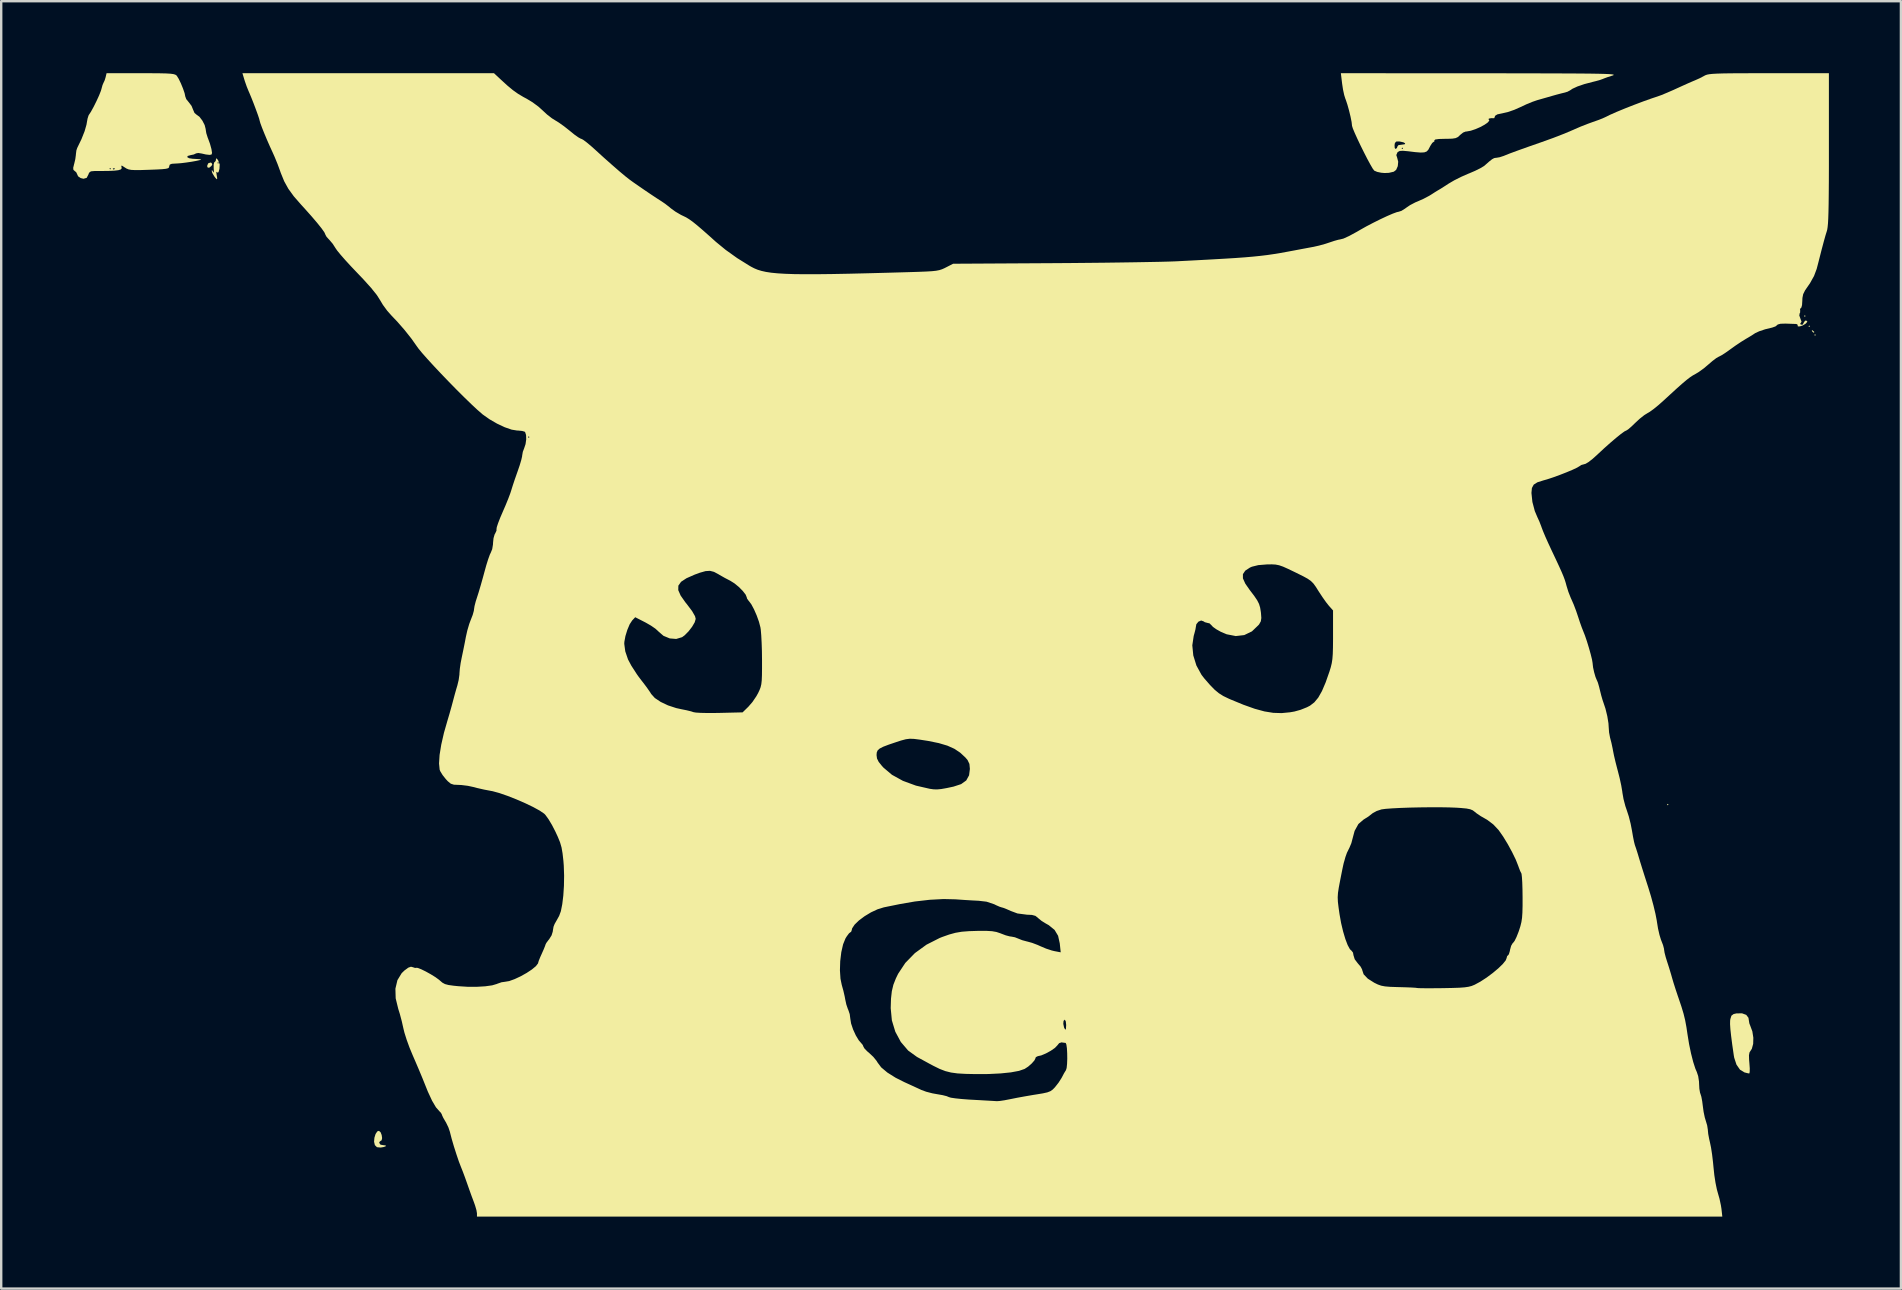
<source format=kicad_pcb>
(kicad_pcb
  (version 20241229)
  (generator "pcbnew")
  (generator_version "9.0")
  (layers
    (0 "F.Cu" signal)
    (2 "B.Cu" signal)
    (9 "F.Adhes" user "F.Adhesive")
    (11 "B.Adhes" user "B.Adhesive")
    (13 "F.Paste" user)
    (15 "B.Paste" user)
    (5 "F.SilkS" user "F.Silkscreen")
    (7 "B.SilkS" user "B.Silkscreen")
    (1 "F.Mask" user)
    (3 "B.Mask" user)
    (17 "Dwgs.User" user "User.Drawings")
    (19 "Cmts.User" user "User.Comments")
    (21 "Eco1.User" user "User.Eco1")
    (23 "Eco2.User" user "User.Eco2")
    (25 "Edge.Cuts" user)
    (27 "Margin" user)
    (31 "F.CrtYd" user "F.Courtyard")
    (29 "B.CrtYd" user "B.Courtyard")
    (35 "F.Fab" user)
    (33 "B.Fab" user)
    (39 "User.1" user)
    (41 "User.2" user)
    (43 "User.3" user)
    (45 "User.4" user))
  (footprint "pika"
    (layer "F.Cu")
    (at 32.014 23.82)
    (property "Reference" "pika" (at 0 0 0) (layer "F.SilkS") (effects (font (size 1.524 1.524) (thickness 0.3))))
    (attr board_only exclude_from_pos_files exclude_from_bom)
    (fp_poly (pts (xy 34.454 6.654) (xy 34.424 6.684) (xy 34.393 6.654) (xy 34.424 6.623)) (stroke (width 0) (type solid)) (fill yes) (layer "F.SilkS"))
    (fp_poly (pts (xy 40.166 -13.703) (xy 40.136 -13.672) (xy 40.105 -13.703) (xy 40.136 -13.733)) (stroke (width 0) (type solid)) (fill yes) (layer "F.SilkS"))
    (fp_poly (pts (xy 40.348 -13.277) (xy 40.318 -13.247) (xy 40.288 -13.277) (xy 40.318 -13.308)) (stroke (width 0) (type solid)) (fill yes) (layer "F.SilkS"))
    (fp_poly (pts (xy 40.591 -12.913) (xy 40.561 -12.882) (xy 40.531 -12.913) (xy 40.561 -12.943)) (stroke (width 0) (type solid)) (fill yes) (layer "F.SilkS"))
    (fp_poly (pts (xy 40.46 -13.101) (xy 40.525 -13.044) (xy 40.531 -13.031) (xy 40.502 -13.006) (xy 40.442 -13.062) (xy 40.434 -13.074) (xy 40.427 -13.116)) (stroke (width 0) (type solid)) (fill yes) (layer "F.SilkS"))
    (fp_poly (pts (xy -26.248 -20.081) (xy -26.22 -20.013) (xy -26.255 -19.956) (xy -26.353 -19.878) (xy -26.419 -19.897) (xy -26.433 -19.958) (xy -26.39 -20.065) (xy -26.294 -20.098)) (stroke (width 0) (type solid)) (fill yes) (layer "F.SilkS"))
    (fp_poly (pts (xy -19.207 20.305) (xy -19.161 20.421) (xy -19.143 20.549) (xy -19.163 20.641) (xy -19.198 20.66) (xy -19.255 20.709) (xy -19.263 20.751) (xy -19.209 20.824) (xy -19.101 20.843) (xy -18.992 20.856) (xy -18.987 20.887) (xy -19.074 20.921) (xy -19.2 20.943) (xy -19.357 20.929) (xy -19.445 20.842) (xy -19.478 20.703) (xy -19.464 20.535) (xy -19.415 20.378) (xy -19.343 20.27) (xy -19.275 20.247)) (stroke (width 0) (type solid)) (fill yes) (layer "F.SilkS"))
    (fp_poly (pts (xy -26.011 -20.239) (xy -25.974 -20.188) (xy -25.91 -20.016) (xy -25.921 -19.835) (xy -25.958 -19.699) (xy -25.997 -19.674) (xy -26.019 -19.697) (xy -26.051 -19.713) (xy -26.043 -19.616) (xy -26.037 -19.582) (xy -26.013 -19.434) (xy -26.031 -19.399) (xy -26.099 -19.473) (xy -26.144 -19.534) (xy -26.22 -19.666) (xy -26.246 -19.76) (xy -26.225 -19.778) (xy -26.19 -19.718) (xy -26.161 -19.676) (xy -26.153 -19.745) (xy -26.16 -19.855) (xy -26.161 -20.012) (xy -26.144 -20.083) (xy -26.008 -20.083) (xy -25.977 -20.053) (xy -25.947 -20.083) (xy -25.977 -20.113) (xy -26.008 -20.083) (xy -26.144 -20.083) (xy -26.139 -20.104) (xy -26.125 -20.113) (xy -26.077 -20.164) (xy -26.068 -20.218) (xy -26.057 -20.277)) (stroke (width 0) (type solid)) (fill yes) (layer "F.SilkS"))
    (fp_poly (pts (xy 37.694 15.415) (xy 37.787 15.537) (xy 37.796 15.6) (xy 37.824 15.772) (xy 37.862 15.869) (xy 37.949 16.104) (xy 37.99 16.369) (xy 37.983 16.624) (xy 37.927 16.829) (xy 37.882 16.899) (xy 37.83 16.981) (xy 37.808 17.099) (xy 37.813 17.285) (xy 37.826 17.436) (xy 37.841 17.645) (xy 37.838 17.796) (xy 37.82 17.859) (xy 37.818 17.859) (xy 37.723 17.839) (xy 37.619 17.812) (xy 37.435 17.7) (xy 37.288 17.49) (xy 37.193 17.202) (xy 37.178 17.12) (xy 37.11 16.649) (xy 37.063 16.282) (xy 37.033 16.004) (xy 37.02 15.8) (xy 37.023 15.655) (xy 37.032 15.591) (xy 37.076 15.45) (xy 37.166 15.382) (xy 37.285 15.354) (xy 37.519 15.351)) (stroke (width 0) (type solid)) (fill yes) (layer "F.SilkS"))
    (fp_poly (pts (xy -28.751 -23.819) (xy -28.402 -23.816) (xy -28.143 -23.81) (xy -27.961 -23.799) (xy -27.839 -23.783) (xy -27.762 -23.76) (xy -27.714 -23.73) (xy -27.699 -23.714) (xy -27.62 -23.588) (xy -27.527 -23.396) (xy -27.439 -23.181) (xy -27.372 -22.986) (xy -27.345 -22.853) (xy -27.344 -22.85) (xy -27.303 -22.739) (xy -27.202 -22.614) (xy -27.199 -22.611) (xy -27.083 -22.458) (xy -27.02 -22.302) (xy -26.96 -22.164) (xy -26.876 -22.093) (xy -26.756 -22.006) (xy -26.634 -21.847) (xy -26.537 -21.66) (xy -26.494 -21.492) (xy -26.494 -21.48) (xy -26.469 -21.322) (xy -26.409 -21.132) (xy -26.395 -21.099) (xy -26.316 -20.883) (xy -26.255 -20.661) (xy -26.252 -20.645) (xy -26.229 -20.497) (xy -26.25 -20.432) (xy -26.328 -20.417) (xy -26.335 -20.417) (xy -26.487 -20.434) (xy -26.655 -20.472) (xy -26.801 -20.496) (xy -26.895 -20.479) (xy -26.898 -20.477) (xy -26.992 -20.433) (xy -27.119 -20.407) (xy -27.244 -20.372) (xy -27.263 -20.322) (xy -27.184 -20.277) (xy -27.041 -20.255) (xy -26.858 -20.245) (xy -26.71 -20.234) (xy -26.706 -20.234) (xy -26.684 -20.22) (xy -26.757 -20.195) (xy -26.901 -20.164) (xy -27.089 -20.13) (xy -27.298 -20.099) (xy -27.503 -20.073) (xy -27.677 -20.059) (xy -27.724 -20.057) (xy -27.903 -20.046) (xy -27.989 -20.013) (xy -28.013 -19.946) (xy -28.013 -19.939) (xy -28.022 -19.893) (xy -28.062 -19.86) (xy -28.152 -19.837) (xy -28.31 -19.82) (xy -28.555 -19.807) (xy -28.848 -19.796) (xy -29.187 -19.785) (xy -29.427 -19.783) (xy -29.593 -19.791) (xy -29.707 -19.812) (xy -29.793 -19.847) (xy -29.862 -19.891) (xy -29.976 -19.964) (xy -30.014 -19.963) (xy -30.002 -19.917) (xy -29.994 -19.856) (xy -30.031 -19.811) (xy -30.129 -19.779) (xy -30.299 -19.759) (xy -30.557 -19.748) (xy -30.916 -19.745) (xy -31.121 -19.745) (xy -31.277 -19.731) (xy -31.353 -19.672) (xy -31.379 -19.602) (xy -31.453 -19.459) (xy -31.585 -19.422) (xy -31.704 -19.451) (xy -31.81 -19.524) (xy -31.841 -19.592) (xy -31.889 -19.694) (xy -31.944 -19.739) (xy -32.005 -19.792) (xy -32.01 -19.84) (xy -30.504 -19.84) (xy -30.474 -19.81) (xy -30.444 -19.84) (xy -30.454 -19.85) (xy -30.363 -19.85) (xy -30.354 -19.814) (xy -30.322 -19.81) (xy -30.272 -19.832) (xy -30.281 -19.85) (xy -30.354 -19.857) (xy -30.363 -19.85) (xy -30.454 -19.85) (xy -30.474 -19.87) (xy -30.504 -19.84) (xy -32.01 -19.84) (xy -32.014 -19.877) (xy -31.976 -20.034) (xy -31.974 -20.038) (xy -31.927 -20.236) (xy -31.903 -20.414) (xy -31.902 -20.44) (xy -31.881 -20.605) (xy -31.846 -20.707) (xy -31.67 -21.071) (xy -31.537 -21.407) (xy -31.459 -21.683) (xy -31.448 -21.75) (xy -31.416 -21.928) (xy -31.375 -22.058) (xy -31.361 -22.083) (xy -31.274 -22.216) (xy -31.161 -22.422) (xy -31.042 -22.661) (xy -30.935 -22.895) (xy -30.86 -23.085) (xy -30.838 -23.16) (xy -30.795 -23.317) (xy -30.752 -23.421) (xy -30.749 -23.425) (xy -30.702 -23.526) (xy -30.663 -23.653) (xy -30.624 -23.82) (xy -29.206 -23.82)) (stroke (width 0) (type solid)) (fill yes) (layer "F.SilkS"))
    (fp_poly (pts (xy 26.611 -23.816) (xy 27.582 -23.816) (xy 28.438 -23.815) (xy 29.186 -23.813) (xy 29.833 -23.811) (xy 30.384 -23.809) (xy 30.847 -23.806) (xy 31.229 -23.802) (xy 31.535 -23.797) (xy 31.773 -23.791) (xy 31.949 -23.784) (xy 32.07 -23.776) (xy 32.143 -23.766) (xy 32.174 -23.754) (xy 32.169 -23.742) (xy 32.136 -23.727) (xy 32.115 -23.72) (xy 31.922 -23.658) (xy 31.77 -23.602) (xy 31.72 -23.581) (xy 31.612 -23.542) (xy 31.432 -23.491) (xy 31.294 -23.457) (xy 30.949 -23.366) (xy 30.66 -23.267) (xy 30.452 -23.171) (xy 30.383 -23.124) (xy 30.252 -23.05) (xy 30.14 -23.015) (xy 29.999 -22.981) (xy 29.794 -22.927) (xy 29.623 -22.879) (xy 29.37 -22.806) (xy 29.114 -22.733) (xy 28.981 -22.695) (xy 28.784 -22.627) (xy 28.534 -22.524) (xy 28.285 -22.407) (xy 28.282 -22.406) (xy 28.026 -22.293) (xy 27.76 -22.201) (xy 27.542 -22.151) (xy 27.325 -22.105) (xy 27.229 -22.044) (xy 27.223 -22.022) (xy 27.197 -21.949) (xy 27.177 -21.944) (xy 27.072 -21.947) (xy 26.981 -21.931) (xy 26.948 -21.907) (xy 26.963 -21.897) (xy 26.99 -21.846) (xy 26.926 -21.768) (xy 26.793 -21.674) (xy 26.615 -21.577) (xy 26.415 -21.49) (xy 26.216 -21.423) (xy 26.041 -21.391) (xy 26.005 -21.389) (xy 25.899 -21.348) (xy 25.773 -21.247) (xy 25.765 -21.238) (xy 25.68 -21.16) (xy 25.584 -21.115) (xy 25.444 -21.093) (xy 25.225 -21.086) (xy 25.143 -21.086) (xy 24.89 -21.079) (xy 24.739 -21.058) (xy 24.701 -21.026) (xy 24.701 -21.025) (xy 24.697 -20.969) (xy 24.675 -20.964) (xy 24.611 -20.914) (xy 24.53 -20.789) (xy 24.503 -20.736) (xy 24.445 -20.627) (xy 24.377 -20.557) (xy 24.277 -20.521) (xy 24.123 -20.514) (xy 23.89 -20.533) (xy 23.606 -20.568) (xy 23.388 -20.588) (xy 23.256 -20.58) (xy 23.178 -20.538) (xy 23.161 -20.52) (xy 23.114 -20.409) (xy 23.15 -20.299) (xy 23.193 -20.131) (xy 23.175 -19.947) (xy 23.107 -19.792) (xy 23.009 -19.716) (xy 22.804 -19.668) (xy 22.622 -19.661) (xy 22.483 -19.673) (xy 22.317 -19.708) (xy 22.198 -19.759) (xy 22.193 -19.763) (xy 22.13 -19.847) (xy 22.031 -20.017) (xy 21.905 -20.25) (xy 21.766 -20.522) (xy 21.624 -20.808) (xy 21.615 -20.827) (xy 23.041 -20.827) (xy 23.047 -20.707) (xy 23.087 -20.66) (xy 23.122 -20.691) (xy 23.334 -20.691) (xy 23.364 -20.66) (xy 23.395 -20.691) (xy 23.364 -20.721) (xy 23.334 -20.691) (xy 23.122 -20.691) (xy 23.144 -20.709) (xy 23.152 -20.751) (xy 23.202 -20.822) (xy 23.346 -20.843) (xy 23.466 -20.859) (xy 23.484 -20.897) (xy 23.411 -20.94) (xy 23.259 -20.973) (xy 23.243 -20.975) (xy 23.112 -20.974) (xy 23.056 -20.911) (xy 23.041 -20.827) (xy 21.615 -20.827) (xy 21.492 -21.086) (xy 21.381 -21.331) (xy 21.302 -21.521) (xy 21.268 -21.63) (xy 21.268 -21.637) (xy 21.251 -21.788) (xy 21.206 -22.012) (xy 21.144 -22.268) (xy 21.075 -22.515) (xy 21.01 -22.711) (xy 20.991 -22.757) (xy 20.943 -22.91) (xy 20.894 -23.135) (xy 20.857 -23.38) (xy 20.804 -23.82)) (stroke (width 0) (type solid)) (fill yes) (layer "F.SilkS"))
    (fp_poly (pts (xy -14.205 -23.562) (xy -13.924 -23.305) (xy -13.692 -23.113) (xy -13.48 -22.962) (xy -13.253 -22.827) (xy -13.125 -22.759) (xy -12.875 -22.608) (xy -12.624 -22.422) (xy -12.457 -22.271) (xy -12.268 -22.096) (xy -12.066 -21.94) (xy -11.941 -21.862) (xy -11.775 -21.76) (xy -11.562 -21.608) (xy -11.343 -21.435) (xy -11.314 -21.411) (xy -11.127 -21.26) (xy -10.967 -21.147) (xy -10.862 -21.089) (xy -10.846 -21.086) (xy -10.768 -21.047) (xy -10.625 -20.941) (xy -10.439 -20.786) (xy -10.281 -20.645) (xy -9.914 -20.311) (xy -9.567 -20.003) (xy -9.259 -19.735) (xy -9.007 -19.524) (xy -8.846 -19.397) (xy -8.682 -19.278) (xy -8.455 -19.12) (xy -8.196 -18.942) (xy -7.937 -18.767) (xy -7.708 -18.615) (xy -7.539 -18.506) (xy -7.51 -18.488) (xy -7.35 -18.379) (xy -7.168 -18.238) (xy -7.115 -18.192) (xy -6.921 -18.051) (xy -6.69 -17.916) (xy -6.602 -17.874) (xy -6.48 -17.815) (xy -6.352 -17.737) (xy -6.202 -17.63) (xy -6.017 -17.481) (xy -5.782 -17.28) (xy -5.482 -17.015) (xy -5.237 -16.794) (xy -4.83 -16.46) (xy -4.353 -16.119) (xy -3.848 -15.804) (xy -3.767 -15.757) (xy -3.639 -15.691) (xy -3.498 -15.632) (xy -3.338 -15.583) (xy -3.151 -15.541) (xy -2.928 -15.507) (xy -2.662 -15.481) (xy -2.344 -15.462) (xy -1.967 -15.449) (xy -1.523 -15.444) (xy -1.003 -15.445) (xy -0.399 -15.452) (xy 0.295 -15.465) (xy 1.089 -15.484) (xy 1.99 -15.508) (xy 2.762 -15.53) (xy 3.19 -15.543) (xy 3.516 -15.556) (xy 3.759 -15.57) (xy 3.938 -15.589) (xy 4.073 -15.615) (xy 4.183 -15.65) (xy 4.287 -15.696) (xy 4.342 -15.724) (xy 4.649 -15.881) (xy 8.781 -15.905) (xy 9.513 -15.91) (xy 10.237 -15.917) (xy 10.939 -15.924) (xy 11.604 -15.933) (xy 12.219 -15.942) (xy 12.771 -15.952) (xy 13.247 -15.961) (xy 13.632 -15.971) (xy 13.913 -15.981) (xy 13.976 -15.984) (xy 14.727 -16.023) (xy 15.37 -16.058) (xy 15.918 -16.089) (xy 16.387 -16.118) (xy 16.789 -16.147) (xy 17.138 -16.177) (xy 17.448 -16.209) (xy 17.732 -16.243) (xy 18.004 -16.283) (xy 18.278 -16.328) (xy 18.567 -16.38) (xy 18.868 -16.436) (xy 19.147 -16.489) (xy 19.425 -16.541) (xy 19.646 -16.582) (xy 19.659 -16.584) (xy 19.893 -16.637) (xy 20.165 -16.713) (xy 20.325 -16.766) (xy 20.527 -16.833) (xy 20.69 -16.879) (xy 20.766 -16.893) (xy 20.911 -16.929) (xy 21.148 -17.037) (xy 21.472 -17.213) (xy 21.602 -17.289) (xy 21.861 -17.435) (xy 22.15 -17.586) (xy 22.445 -17.733) (xy 22.724 -17.864) (xy 22.962 -17.967) (xy 23.136 -18.031) (xy 23.21 -18.047) (xy 23.328 -18.085) (xy 23.478 -18.178) (xy 23.513 -18.205) (xy 23.685 -18.322) (xy 23.904 -18.437) (xy 24.005 -18.479) (xy 24.245 -18.585) (xy 24.487 -18.713) (xy 24.567 -18.762) (xy 24.727 -18.865) (xy 24.848 -18.939) (xy 24.883 -18.959) (xy 24.962 -19.006) (xy 25.11 -19.1) (xy 25.295 -19.22) (xy 25.527 -19.356) (xy 25.817 -19.502) (xy 26.107 -19.63) (xy 26.147 -19.645) (xy 26.394 -19.751) (xy 26.614 -19.86) (xy 26.769 -19.953) (xy 26.798 -19.977) (xy 26.982 -20.139) (xy 27.104 -20.235) (xy 27.19 -20.282) (xy 27.266 -20.295) (xy 27.286 -20.296) (xy 27.421 -20.319) (xy 27.598 -20.377) (xy 27.635 -20.393) (xy 27.851 -20.479) (xy 28.182 -20.601) (xy 28.627 -20.76) (xy 29.137 -20.938) (xy 29.652 -21.123) (xy 30.119 -21.304) (xy 30.505 -21.468) (xy 30.562 -21.494) (xy 30.805 -21.599) (xy 31.091 -21.711) (xy 31.295 -21.785) (xy 31.516 -21.863) (xy 31.704 -21.936) (xy 31.815 -21.986) (xy 32.016 -22.085) (xy 32.304 -22.212) (xy 32.65 -22.355) (xy 33.027 -22.503) (xy 33.406 -22.646) (xy 33.76 -22.772) (xy 33.998 -22.851) (xy 34.162 -22.91) (xy 34.395 -23.007) (xy 34.66 -23.122) (xy 34.788 -23.181) (xy 35.05 -23.3) (xy 35.294 -23.41) (xy 35.484 -23.492) (xy 35.548 -23.518) (xy 35.75 -23.608) (xy 35.941 -23.709) (xy 35.943 -23.71) (xy 35.996 -23.737) (xy 36.063 -23.76) (xy 36.157 -23.778) (xy 36.289 -23.792) (xy 36.47 -23.802) (xy 36.712 -23.81) (xy 37.028 -23.815) (xy 37.428 -23.818) (xy 37.925 -23.819) (xy 38.529 -23.82) (xy 38.632 -23.82) (xy 41.138 -23.82) (xy 41.138 -20.662) (xy 41.138 -19.931) (xy 41.136 -19.311) (xy 41.132 -18.793) (xy 41.127 -18.368) (xy 41.12 -18.026) (xy 41.111 -17.758) (xy 41.099 -17.553) (xy 41.084 -17.403) (xy 41.067 -17.296) (xy 41.053 -17.244) (xy 40.995 -17.057) (xy 40.924 -16.802) (xy 40.852 -16.531) (xy 40.843 -16.498) (xy 40.77 -16.212) (xy 40.695 -15.918) (xy 40.632 -15.677) (xy 40.629 -15.665) (xy 40.519 -15.372) (xy 40.35 -15.068) (xy 40.285 -14.975) (xy 40.144 -14.77) (xy 40.066 -14.612) (xy 40.035 -14.454) (xy 40.03 -14.334) (xy 40.019 -14.163) (xy 39.991 -14.055) (xy 39.97 -14.037) (xy 39.934 -13.993) (xy 39.942 -13.953) (xy 39.939 -13.845) (xy 39.92 -13.815) (xy 39.905 -13.724) (xy 39.95 -13.598) (xy 39.998 -13.468) (xy 39.966 -13.413) (xy 39.938 -13.375) (xy 39.976 -13.343) (xy 40.051 -13.347) (xy 40.085 -13.419) (xy 40.145 -13.508) (xy 40.202 -13.51) (xy 40.242 -13.468) (xy 40.183 -13.397) (xy 40.151 -13.371) (xy 40.035 -13.304) (xy 39.919 -13.269) (xy 39.842 -13.272) (xy 39.838 -13.318) (xy 39.816 -13.361) (xy 39.759 -13.372) (xy 39.637 -13.376) (xy 39.446 -13.383) (xy 39.331 -13.387) (xy 39.125 -13.381) (xy 39.005 -13.349) (xy 38.986 -13.329) (xy 38.913 -13.27) (xy 38.772 -13.22) (xy 38.757 -13.217) (xy 38.482 -13.15) (xy 38.239 -13.069) (xy 38.067 -12.989) (xy 38.039 -12.971) (xy 37.935 -12.902) (xy 37.771 -12.803) (xy 37.671 -12.745) (xy 37.476 -12.624) (xy 37.239 -12.465) (xy 37.033 -12.317) (xy 36.839 -12.179) (xy 36.668 -12.069) (xy 36.555 -12.01) (xy 36.55 -12.009) (xy 36.445 -11.949) (xy 36.287 -11.83) (xy 36.127 -11.692) (xy 35.927 -11.523) (xy 35.718 -11.372) (xy 35.58 -11.289) (xy 35.47 -11.228) (xy 35.351 -11.149) (xy 35.208 -11.039) (xy 35.029 -10.888) (xy 34.8 -10.685) (xy 34.506 -10.416) (xy 34.258 -10.188) (xy 34.04 -9.994) (xy 33.832 -9.825) (xy 33.662 -9.704) (xy 33.588 -9.662) (xy 33.444 -9.572) (xy 33.257 -9.424) (xy 33.071 -9.252) (xy 32.91 -9.097) (xy 32.778 -8.983) (xy 32.7 -8.933) (xy 32.696 -8.933) (xy 32.618 -8.893) (xy 32.469 -8.785) (xy 32.267 -8.622) (xy 32.03 -8.42) (xy 31.775 -8.193) (xy 31.52 -7.956) (xy 31.481 -7.919) (xy 31.291 -7.749) (xy 31.121 -7.617) (xy 30.998 -7.544) (xy 30.965 -7.536) (xy 30.823 -7.496) (xy 30.752 -7.449) (xy 30.647 -7.386) (xy 30.456 -7.296) (xy 30.206 -7.191) (xy 29.927 -7.082) (xy 29.647 -6.98) (xy 29.395 -6.897) (xy 29.246 -6.855) (xy 28.993 -6.775) (xy 28.84 -6.678) (xy 28.764 -6.538) (xy 28.745 -6.335) (xy 28.745 -6.325) (xy 28.784 -5.956) (xy 28.884 -5.577) (xy 28.994 -5.317) (xy 29.078 -5.134) (xy 29.159 -4.923) (xy 29.169 -4.892) (xy 29.227 -4.74) (xy 29.323 -4.511) (xy 29.446 -4.237) (xy 29.565 -3.98) (xy 29.753 -3.582) (xy 29.896 -3.275) (xy 30.002 -3.04) (xy 30.078 -2.859) (xy 30.133 -2.712) (xy 30.174 -2.581) (xy 30.207 -2.458) (xy 30.284 -2.209) (xy 30.385 -1.953) (xy 30.417 -1.884) (xy 30.506 -1.68) (xy 30.605 -1.419) (xy 30.684 -1.185) (xy 30.763 -0.945) (xy 30.841 -0.726) (xy 30.9 -0.577) (xy 30.973 -0.393) (xy 31.056 -0.149) (xy 31.139 0.122) (xy 31.213 0.386) (xy 31.268 0.61) (xy 31.293 0.759) (xy 31.294 0.778) (xy 31.312 0.935) (xy 31.356 1.138) (xy 31.413 1.335) (xy 31.47 1.473) (xy 31.479 1.489) (xy 31.515 1.578) (xy 31.563 1.745) (xy 31.597 1.884) (xy 31.651 2.101) (xy 31.706 2.291) (xy 31.733 2.37) (xy 31.828 2.654) (xy 31.905 2.97) (xy 31.953 3.266) (xy 31.963 3.421) (xy 31.979 3.646) (xy 32.02 3.863) (xy 32.027 3.889) (xy 32.077 4.082) (xy 32.127 4.317) (xy 32.143 4.406) (xy 32.183 4.606) (xy 32.246 4.875) (xy 32.32 5.164) (xy 32.345 5.256) (xy 32.42 5.551) (xy 32.485 5.851) (xy 32.528 6.103) (xy 32.535 6.161) (xy 32.581 6.424) (xy 32.658 6.717) (xy 32.717 6.89) (xy 32.8 7.145) (xy 32.878 7.453) (xy 32.934 7.743) (xy 32.976 7.988) (xy 33.018 8.199) (xy 33.053 8.336) (xy 33.058 8.351) (xy 33.102 8.476) (xy 33.164 8.671) (xy 33.215 8.841) (xy 33.272 9.031) (xy 33.357 9.305) (xy 33.46 9.631) (xy 33.571 9.977) (xy 33.613 10.108) (xy 33.726 10.478) (xy 33.828 10.855) (xy 33.911 11.202) (xy 33.965 11.481) (xy 33.973 11.536) (xy 34.018 11.815) (xy 34.079 12.082) (xy 34.142 12.288) (xy 34.156 12.322) (xy 34.227 12.506) (xy 34.268 12.662) (xy 34.272 12.704) (xy 34.291 12.824) (xy 34.34 13.014) (xy 34.395 13.19) (xy 34.479 13.451) (xy 34.562 13.726) (xy 34.603 13.871) (xy 34.665 14.081) (xy 34.752 14.354) (xy 34.847 14.639) (xy 34.87 14.705) (xy 34.993 15.069) (xy 35.082 15.364) (xy 35.148 15.635) (xy 35.202 15.927) (xy 35.246 16.224) (xy 35.312 16.629) (xy 35.394 17.023) (xy 35.484 17.376) (xy 35.575 17.658) (xy 35.635 17.796) (xy 35.692 17.969) (xy 35.726 18.193) (xy 35.73 18.291) (xy 35.741 18.494) (xy 35.769 18.658) (xy 35.788 18.711) (xy 35.824 18.827) (xy 35.86 19.019) (xy 35.884 19.208) (xy 35.918 19.457) (xy 35.968 19.695) (xy 36.008 19.826) (xy 36.066 20.021) (xy 36.094 20.201) (xy 36.095 20.223) (xy 36.11 20.376) (xy 36.15 20.589) (xy 36.184 20.736) (xy 36.227 20.943) (xy 36.271 21.229) (xy 36.309 21.549) (xy 36.33 21.766) (xy 36.364 22.089) (xy 36.413 22.409) (xy 36.469 22.683) (xy 36.506 22.817) (xy 36.58 23.078) (xy 36.639 23.353) (xy 36.662 23.501) (xy 36.697 23.82) (xy -15.191 23.82) (xy -15.191 23.683) (xy -15.213 23.551) (xy -15.269 23.358) (xy -15.321 23.212) (xy -15.411 22.973) (xy -15.514 22.687) (xy -15.596 22.453) (xy -15.688 22.194) (xy -15.784 21.937) (xy -15.857 21.754) (xy -15.945 21.526) (xy -16.047 21.224) (xy -16.152 20.895) (xy -16.244 20.581) (xy -16.309 20.329) (xy -16.316 20.297) (xy -16.38 20.107) (xy -16.48 19.9) (xy -16.506 19.858) (xy -16.594 19.707) (xy -16.645 19.598) (xy -16.65 19.575) (xy -16.692 19.496) (xy -16.749 19.438) (xy -16.899 19.268) (xy -17.06 18.995) (xy -17.238 18.612) (xy -17.343 18.351) (xy -17.466 18.045) (xy -17.617 17.683) (xy -17.774 17.316) (xy -17.871 17.093) (xy -18.002 16.777) (xy -18.121 16.449) (xy -18.214 16.153) (xy -18.259 15.969) (xy -18.323 15.683) (xy -18.403 15.382) (xy -18.47 15.167) (xy -18.578 14.726) (xy -18.589 14.323) (xy -18.505 13.969) (xy -18.328 13.678) (xy -18.214 13.567) (xy -18.052 13.448) (xy -17.941 13.409) (xy -17.868 13.428) (xy -17.765 13.461) (xy -17.727 13.453) (xy -17.656 13.459) (xy -17.511 13.516) (xy -17.322 13.609) (xy -17.117 13.723) (xy -16.924 13.842) (xy -16.773 13.952) (xy -16.734 13.986) (xy -16.632 14.073) (xy -16.523 14.132) (xy -16.377 14.171) (xy -16.161 14.201) (xy -15.974 14.22) (xy -15.583 14.245) (xy -15.198 14.246) (xy -14.847 14.225) (xy -14.558 14.185) (xy -14.359 14.126) (xy -14.344 14.118) (xy -14.166 14.056) (xy -14.027 14.037) (xy -13.848 14.007) (xy -13.621 13.925) (xy -13.37 13.808) (xy -13.122 13.669) (xy -12.954 13.558) (xy -0.068 13.558) (xy -0.045 13.909) (xy 0.008 14.166) (xy 0.076 14.41) (xy 0.132 14.656) (xy 0.153 14.771) (xy 0.198 14.98) (xy 0.262 15.167) (xy 0.278 15.201) (xy 0.34 15.384) (xy 0.365 15.576) (xy 0.397 15.775) (xy 0.48 16.022) (xy 0.594 16.271) (xy 0.718 16.476) (xy 0.79 16.559) (xy 0.881 16.666) (xy 0.911 16.74) (xy 0.955 16.816) (xy 1.068 16.933) (xy 1.158 17.01) (xy 1.324 17.166) (xy 1.46 17.333) (xy 1.5 17.4) (xy 1.652 17.603) (xy 1.908 17.818) (xy 2.253 18.035) (xy 2.613 18.216) (xy 2.867 18.332) (xy 3.115 18.446) (xy 3.308 18.535) (xy 3.324 18.543) (xy 3.525 18.617) (xy 3.783 18.684) (xy 3.988 18.721) (xy 4.207 18.759) (xy 4.381 18.803) (xy 4.471 18.841) (xy 4.556 18.866) (xy 4.738 18.893) (xy 4.995 18.92) (xy 5.303 18.944) (xy 5.448 18.952) (xy 5.776 18.97) (xy 6.067 18.987) (xy 6.298 19) (xy 6.443 19.009) (xy 6.472 19.011) (xy 6.588 19.003) (xy 6.784 18.974) (xy 7.018 18.929) (xy 7.049 18.923) (xy 7.323 18.868) (xy 7.659 18.807) (xy 7.998 18.749) (xy 8.106 18.732) (xy 8.386 18.686) (xy 8.575 18.644) (xy 8.703 18.594) (xy 8.799 18.526) (xy 8.895 18.427) (xy 8.896 18.425) (xy 9.04 18.242) (xy 9.164 18.048) (xy 9.189 18.002) (xy 9.271 17.846) (xy 9.34 17.734) (xy 9.349 17.722) (xy 9.378 17.629) (xy 9.396 17.459) (xy 9.404 17.244) (xy 9.401 17.017) (xy 9.39 16.81) (xy 9.368 16.655) (xy 9.339 16.585) (xy 9.334 16.584) (xy 9.216 16.569) (xy 9.167 16.56) (xy 9.066 16.594) (xy 8.99 16.687) (xy 8.892 16.79) (xy 8.721 16.909) (xy 8.517 17.021) (xy 8.32 17.104) (xy 8.177 17.136) (xy 8.094 17.177) (xy 8.082 17.216) (xy 8.037 17.311) (xy 7.924 17.44) (xy 7.776 17.57) (xy 7.628 17.667) (xy 7.626 17.668) (xy 7.394 17.748) (xy 7.055 17.811) (xy 6.626 17.855) (xy 6.121 17.88) (xy 5.594 17.883) (xy 5.168 17.874) (xy 4.834 17.855) (xy 4.563 17.818) (xy 4.324 17.758) (xy 4.088 17.667) (xy 3.826 17.538) (xy 3.646 17.442) (xy 3.463 17.342) (xy 3.242 17.222) (xy 3.143 17.168) (xy 2.774 16.901) (xy 2.469 16.544) (xy 2.24 16.118) (xy 2.14 15.789) (xy 9.239 15.789) (xy 9.27 15.938) (xy 9.273 15.946) (xy 9.32 16.033) (xy 9.348 16.002) (xy 9.358 15.853) (xy 9.358 15.829) (xy 9.343 15.689) (xy 9.305 15.619) (xy 9.297 15.617) (xy 9.249 15.667) (xy 9.239 15.789) (xy 2.14 15.789) (xy 2.096 15.643) (xy 2.048 15.137) (xy 2.048 15.131) (xy 2.06 14.739) (xy 2.095 14.428) (xy 2.159 14.16) (xy 2.263 13.896) (xy 2.357 13.703) (xy 2.656 13.251) (xy 3.055 12.842) (xy 3.538 12.491) (xy 4.088 12.212) (xy 4.193 12.17) (xy 4.485 12.067) (xy 4.744 11.996) (xy 5.008 11.951) (xy 5.315 11.927) (xy 5.705 11.915) (xy 5.717 11.915) (xy 6.037 11.915) (xy 6.271 11.929) (xy 6.452 11.961) (xy 6.614 12.015) (xy 6.649 12.029) (xy 6.842 12.102) (xy 7.01 12.146) (xy 7.069 12.153) (xy 7.222 12.182) (xy 7.358 12.236) (xy 7.528 12.304) (xy 7.729 12.358) (xy 7.748 12.362) (xy 7.94 12.415) (xy 8.17 12.502) (xy 8.289 12.556) (xy 8.521 12.654) (xy 8.761 12.733) (xy 8.865 12.758) (xy 9.131 12.809) (xy 9.092 12.438) (xy 9.022 12.12) (xy 8.875 11.875) (xy 8.632 11.677) (xy 8.507 11.607) (xy 8.334 11.5) (xy 8.191 11.383) (xy 8.179 11.37) (xy 8.077 11.29) (xy 7.932 11.251) (xy 7.723 11.241) (xy 7.33 11.19) (xy 7.058 11.089) (xy 6.874 11.008) (xy 6.732 10.953) (xy 6.675 10.938) (xy 6.591 10.912) (xy 6.442 10.847) (xy 6.362 10.807) (xy 6.039 10.699) (xy 5.712 10.661) (xy 5.462 10.648) (xy 5.148 10.629) (xy 4.829 10.607) (xy 4.749 10.601) (xy 4.25 10.589) (xy 3.674 10.62) (xy 3.054 10.691) (xy 2.431 10.799) (xy 2.176 10.851) (xy 1.938 10.899) (xy 1.767 10.934) (xy 1.762 10.935) (xy 1.503 11.015) (xy 1.228 11.143) (xy 0.961 11.304) (xy 0.725 11.48) (xy 0.544 11.655) (xy 0.44 11.812) (xy 0.425 11.882) (xy 0.395 11.961) (xy 0.37 11.971) (xy 0.31 12.019) (xy 0.219 12.141) (xy 0.164 12.229) (xy 0.064 12.475) (xy -0.011 12.804) (xy -0.056 13.177) (xy -0.068 13.558) (xy -12.954 13.558) (xy -12.902 13.523) (xy -12.735 13.385) (xy -12.647 13.27) (xy -12.639 13.237) (xy -12.616 13.16) (xy -12.555 13.01) (xy -12.487 12.858) (xy -12.406 12.675) (xy -12.351 12.538) (xy -12.335 12.485) (xy -12.3 12.416) (xy -12.211 12.297) (xy -12.183 12.264) (xy -12.082 12.102) (xy -12.032 11.941) (xy -12.031 11.921) (xy -12.001 11.742) (xy -11.955 11.626) (xy -11.873 11.482) (xy -11.776 11.308) (xy -11.767 11.292) (xy -11.695 11.096) (xy -11.637 10.804) (xy -11.602 10.516) (xy 20.672 10.516) (xy 20.68 10.705) (xy 20.708 10.941) (xy 20.748 11.22) (xy 20.814 11.59) (xy 20.898 11.942) (xy 20.991 12.255) (xy 21.087 12.507) (xy 21.18 12.678) (xy 21.249 12.743) (xy 21.309 12.82) (xy 21.33 12.934) (xy 21.381 13.099) (xy 21.511 13.27) (xy 21.513 13.272) (xy 21.627 13.406) (xy 21.689 13.523) (xy 21.693 13.547) (xy 21.753 13.725) (xy 21.927 13.907) (xy 22.196 14.077) (xy 22.346 14.15) (xy 22.485 14.199) (xy 22.645 14.229) (xy 22.857 14.247) (xy 23.153 14.257) (xy 23.235 14.259) (xy 23.517 14.267) (xy 23.752 14.276) (xy 23.913 14.286) (xy 23.977 14.295) (xy 24.042 14.301) (xy 24.208 14.305) (xy 24.456 14.306) (xy 24.764 14.305) (xy 25.051 14.302) (xy 25.447 14.294) (xy 25.743 14.284) (xy 25.962 14.268) (xy 26.124 14.244) (xy 26.252 14.211) (xy 26.367 14.164) (xy 26.375 14.161) (xy 26.616 14.031) (xy 26.876 13.862) (xy 27.132 13.671) (xy 27.364 13.477) (xy 27.551 13.295) (xy 27.673 13.144) (xy 27.709 13.052) (xy 27.734 12.96) (xy 27.762 12.943) (xy 27.804 12.889) (xy 27.844 12.756) (xy 27.853 12.703) (xy 27.899 12.537) (xy 27.964 12.426) (xy 27.981 12.413) (xy 28.042 12.334) (xy 28.122 12.172) (xy 28.207 11.957) (xy 28.224 11.909) (xy 28.284 11.72) (xy 28.326 11.55) (xy 28.353 11.371) (xy 28.368 11.153) (xy 28.375 10.87) (xy 28.375 10.516) (xy 28.371 10.187) (xy 28.362 9.9) (xy 28.348 9.678) (xy 28.332 9.542) (xy 28.322 9.513) (xy 28.273 9.418) (xy 28.212 9.258) (xy 28.194 9.206) (xy 28.093 8.95) (xy 27.94 8.636) (xy 27.758 8.301) (xy 27.566 7.986) (xy 27.386 7.729) (xy 27.375 7.714) (xy 27.15 7.476) (xy 26.898 7.287) (xy 26.835 7.251) (xy 26.634 7.136) (xy 26.454 7.014) (xy 26.387 6.959) (xy 26.3 6.893) (xy 26.192 6.848) (xy 26.035 6.817) (xy 25.8 6.795) (xy 25.621 6.783) (xy 25.314 6.771) (xy 24.943 6.765) (xy 24.532 6.765) (xy 24.103 6.77) (xy 23.679 6.779) (xy 23.284 6.793) (xy 22.94 6.811) (xy 22.671 6.831) (xy 22.499 6.854) (xy 22.495 6.855) (xy 22.298 6.92) (xy 22.132 7.01) (xy 22.1 7.035) (xy 21.955 7.149) (xy 21.775 7.263) (xy 21.754 7.275) (xy 21.535 7.463) (xy 21.377 7.749) (xy 21.296 8.051) (xy 21.24 8.263) (xy 21.158 8.458) (xy 21.148 8.477) (xy 21.056 8.664) (xy 20.993 8.841) (xy 20.952 8.99) (xy 20.924 9.084) (xy 20.905 9.166) (xy 20.868 9.339) (xy 20.82 9.579) (xy 20.772 9.823) (xy 20.717 10.114) (xy 20.684 10.332) (xy 20.672 10.516) (xy -11.602 10.516) (xy -11.593 10.442) (xy -11.567 10.037) (xy -11.56 9.614) (xy -11.574 9.198) (xy -11.589 9.002) (xy -11.625 8.684) (xy -11.667 8.44) (xy -11.73 8.224) (xy -11.826 7.989) (xy -11.931 7.764) (xy -12.07 7.496) (xy -12.211 7.261) (xy -12.335 7.09) (xy -12.389 7.033) (xy -12.578 6.904) (xy -12.854 6.753) (xy -13.189 6.592) (xy -13.554 6.434) (xy -13.92 6.29) (xy -14.258 6.173) (xy -14.539 6.096) (xy -14.621 6.081) (xy -14.893 6.029) (xy -15.183 5.963) (xy -15.311 5.928) (xy -15.569 5.872) (xy -15.843 5.838) (xy -15.957 5.833) (xy -16.151 5.825) (xy -16.282 5.783) (xy -16.404 5.683) (xy -16.489 5.592) (xy -16.622 5.425) (xy -16.718 5.268) (xy -16.745 5.202) (xy -16.771 4.942) (xy -16.749 4.591) (xy 1.458 4.591) (xy 1.458 4.592) (xy 1.477 4.734) (xy 1.546 4.873) (xy 1.683 5.044) (xy 1.747 5.114) (xy 2.101 5.413) (xy 2.556 5.664) (xy 3.098 5.863) (xy 3.676 5.996) (xy 3.834 6.018) (xy 3.981 6.022) (xy 4.152 6.006) (xy 4.378 5.966) (xy 4.664 5.905) (xy 4.982 5.801) (xy 5.195 5.648) (xy 5.313 5.434) (xy 5.347 5.167) (xy 5.327 4.958) (xy 5.249 4.797) (xy 5.159 4.691) (xy 4.942 4.49) (xy 4.699 4.328) (xy 4.409 4.198) (xy 4.051 4.092) (xy 3.605 4.001) (xy 3.264 3.948) (xy 3.024 3.917) (xy 2.845 3.91) (xy 2.678 3.931) (xy 2.476 3.985) (xy 2.292 4.045) (xy 1.964 4.156) (xy 1.736 4.243) (xy 1.588 4.319) (xy 1.504 4.395) (xy 1.467 4.481) (xy 1.458 4.591) (xy -16.749 4.591) (xy -16.749 4.588) (xy -16.679 4.156) (xy -16.566 3.662) (xy -16.422 3.16) (xy -16.337 2.873) (xy -16.248 2.557) (xy -16.198 2.37) (xy -16.129 2.11) (xy -16.056 1.85) (xy -16.009 1.693) (xy -15.954 1.466) (xy -15.922 1.238) (xy -15.92 1.177) (xy -15.905 0.995) (xy -15.87 0.75) (xy -15.824 0.517) (xy -15.761 0.216) (xy -15.708 -0.046) (xy -9.054 -0.046) (xy -9.012 0.269) (xy -8.897 0.607) (xy -8.754 0.875) (xy -8.646 1.04) (xy -8.559 1.175) (xy -8.538 1.209) (xy -8.467 1.31) (xy -8.351 1.464) (xy -8.26 1.58) (xy -8.115 1.772) (xy -7.984 1.961) (xy -7.93 2.047) (xy -7.78 2.213) (xy -7.537 2.375) (xy -7.232 2.52) (xy -6.891 2.632) (xy -6.684 2.678) (xy -6.46 2.723) (xy -6.27 2.769) (xy -6.168 2.803) (xy -6.067 2.82) (xy -5.869 2.832) (xy -5.597 2.838) (xy -5.276 2.837) (xy -5.085 2.834) (xy -4.123 2.811) (xy -3.882 2.575) (xy -3.714 2.381) (xy -3.551 2.141) (xy -3.476 2.006) (xy -3.416 1.878) (xy -3.373 1.764) (xy -3.344 1.64) (xy -3.326 1.483) (xy -3.317 1.271) (xy -3.314 0.98) (xy -3.314 0.638) (xy -3.318 0.267) (xy -3.326 0.018) (xy 14.614 0.018) (xy 14.655 0.439) (xy 14.785 0.859) (xy 14.997 1.246) (xy 15.111 1.394) (xy 15.35 1.668) (xy 15.544 1.867) (xy 15.72 2.013) (xy 15.905 2.13) (xy 16.129 2.238) (xy 16.194 2.267) (xy 16.745 2.494) (xy 17.214 2.661) (xy 17.621 2.772) (xy 17.988 2.831) (xy 18.336 2.842) (xy 18.686 2.808) (xy 18.868 2.776) (xy 19.128 2.704) (xy 19.392 2.598) (xy 19.519 2.532) (xy 19.699 2.393) (xy 19.862 2.196) (xy 20.016 1.924) (xy 20.17 1.563) (xy 20.328 1.112) (xy 20.384 0.93) (xy 20.424 0.764) (xy 20.451 0.588) (xy 20.467 0.375) (xy 20.475 0.1) (xy 20.478 -0.263) (xy 20.478 -0.392) (xy 20.478 -1.436) (xy 20.305 -1.63) (xy 20.189 -1.776) (xy 20.041 -1.985) (xy 19.888 -2.217) (xy 19.865 -2.254) (xy 19.752 -2.432) (xy 19.656 -2.563) (xy 19.553 -2.665) (xy 19.418 -2.759) (xy 19.228 -2.863) (xy 18.957 -2.997) (xy 18.898 -3.026) (xy 18.607 -3.166) (xy 18.395 -3.261) (xy 18.231 -3.318) (xy 18.085 -3.347) (xy 17.928 -3.356) (xy 17.729 -3.353) (xy 17.723 -3.353) (xy 17.364 -3.324) (xy 17.098 -3.258) (xy 17.016 -3.222) (xy 16.82 -3.093) (xy 16.723 -2.948) (xy 16.723 -2.773) (xy 16.822 -2.552) (xy 17.004 -2.291) (xy 17.192 -2.044) (xy 17.317 -1.859) (xy 17.395 -1.705) (xy 17.441 -1.551) (xy 17.471 -1.365) (xy 17.475 -1.328) (xy 17.49 -1.121) (xy 17.469 -0.983) (xy 17.402 -0.863) (xy 17.378 -0.832) (xy 17.099 -0.564) (xy 16.779 -0.409) (xy 16.425 -0.368) (xy 16.044 -0.443) (xy 15.805 -0.544) (xy 15.616 -0.65) (xy 15.474 -0.751) (xy 15.414 -0.817) (xy 15.33 -0.898) (xy 15.266 -0.911) (xy 15.135 -0.946) (xy 15.089 -0.978) (xy 14.983 -1.016) (xy 14.869 -0.968) (xy 14.782 -0.861) (xy 14.757 -0.722) (xy 14.757 -0.719) (xy 14.744 -0.642) (xy 14.705 -0.49) (xy 14.672 -0.372) (xy 14.614 0.018) (xy -3.326 0.018) (xy -3.33 -0.088) (xy -3.346 -0.398) (xy -3.366 -0.634) (xy -3.38 -0.729) (xy -3.442 -0.965) (xy -3.536 -1.227) (xy -3.647 -1.48) (xy -3.759 -1.69) (xy -3.856 -1.821) (xy -3.865 -1.828) (xy -3.938 -1.931) (xy -3.95 -1.982) (xy -3.996 -2.094) (xy -4.115 -2.247) (xy -4.279 -2.413) (xy -4.463 -2.564) (xy -4.637 -2.673) (xy -4.641 -2.675) (xy -4.862 -2.79) (xy -5.091 -2.92) (xy -5.135 -2.947) (xy -5.315 -3.043) (xy -5.482 -3.086) (xy -5.668 -3.074) (xy -5.905 -3.007) (xy -6.12 -2.928) (xy -6.462 -2.777) (xy -6.687 -2.629) (xy -6.8 -2.468) (xy -6.804 -2.281) (xy -6.703 -2.052) (xy -6.502 -1.767) (xy -6.441 -1.692) (xy -6.227 -1.408) (xy -6.106 -1.197) (xy -6.077 -1.084) (xy -6.119 -0.941) (xy -6.227 -0.756) (xy -6.375 -0.564) (xy -6.536 -0.401) (xy -6.645 -0.321) (xy -6.889 -0.248) (xy -7.159 -0.27) (xy -7.42 -0.378) (xy -7.634 -0.563) (xy -7.643 -0.574) (xy -7.755 -0.675) (xy -7.939 -0.802) (xy -8.158 -0.928) (xy -8.179 -0.939) (xy -8.597 -1.153) (xy -8.725 -1.017) (xy -8.828 -0.859) (xy -8.926 -0.626) (xy -9.006 -0.366) (xy -9.05 -0.125) (xy -9.054 -0.046) (xy -15.708 -0.046) (xy -15.694 -0.116) (xy -15.653 -0.334) (xy -15.592 -0.604) (xy -15.512 -0.876) (xy -15.444 -1.056) (xy -15.368 -1.251) (xy -15.321 -1.422) (xy -15.313 -1.487) (xy -15.293 -1.615) (xy -15.243 -1.81) (xy -15.188 -1.981) (xy -15.121 -2.191) (xy -15.036 -2.477) (xy -14.946 -2.796) (xy -14.882 -3.031) (xy -14.803 -3.317) (xy -14.724 -3.569) (xy -14.656 -3.758) (xy -14.612 -3.85) (xy -14.556 -3.989) (xy -14.524 -4.184) (xy -14.521 -4.252) (xy -14.501 -4.446) (xy -14.455 -4.604) (xy -14.434 -4.639) (xy -14.378 -4.757) (xy -14.377 -4.825) (xy -14.365 -4.907) (xy -14.31 -5.073) (xy -14.222 -5.3) (xy -14.122 -5.533) (xy -13.998 -5.819) (xy -13.886 -6.094) (xy -13.8 -6.323) (xy -13.762 -6.441) (xy -13.704 -6.627) (xy -13.62 -6.881) (xy -13.524 -7.155) (xy -13.497 -7.231) (xy -13.412 -7.479) (xy -13.347 -7.697) (xy -13.311 -7.851) (xy -13.308 -7.887) (xy -13.28 -8.046) (xy -13.225 -8.191) (xy -13.167 -8.364) (xy -13.139 -8.563) (xy -13.142 -8.659) (xy -13.065 -8.659) (xy -13.034 -8.629) (xy -13.004 -8.659) (xy -13.034 -8.689) (xy -13.065 -8.659) (xy -13.142 -8.659) (xy -13.145 -8.744) (xy -13.184 -8.865) (xy -13.203 -8.883) (xy -13.308 -8.914) (xy -13.477 -8.931) (xy -13.522 -8.932) (xy -13.747 -8.969) (xy -14.035 -9.069) (xy -14.352 -9.218) (xy -14.667 -9.4) (xy -14.95 -9.6) (xy -14.967 -9.614) (xy -15.165 -9.786) (xy -15.418 -10.022) (xy -15.711 -10.306) (xy -16.03 -10.623) (xy -16.358 -10.958) (xy -16.682 -11.295) (xy -16.987 -11.619) (xy -17.257 -11.914) (xy -17.479 -12.165) (xy -17.636 -12.357) (xy -17.694 -12.438) (xy -17.922 -12.761) (xy -18.207 -13.12) (xy -18.515 -13.473) (xy -18.739 -13.707) (xy -18.931 -13.923) (xy -19.111 -14.169) (xy -19.22 -14.352) (xy -19.362 -14.576) (xy -19.6 -14.873) (xy -19.933 -15.242) (xy -20.181 -15.502) (xy -20.441 -15.775) (xy -20.677 -16.032) (xy -20.874 -16.257) (xy -21.016 -16.431) (xy -21.083 -16.528) (xy -21.203 -16.714) (xy -21.342 -16.878) (xy -21.353 -16.888) (xy -21.459 -17.005) (xy -21.51 -17.098) (xy -21.511 -17.106) (xy -21.552 -17.195) (xy -21.668 -17.358) (xy -21.851 -17.586) (xy -22.09 -17.866) (xy -22.376 -18.187) (xy -22.518 -18.342) (xy -22.822 -18.69) (xy -23.049 -19.003) (xy -23.223 -19.317) (xy -23.366 -19.668) (xy -23.395 -19.751) (xy -23.498 -20.032) (xy -23.623 -20.337) (xy -23.703 -20.516) (xy -23.818 -20.767) (xy -23.938 -21.04) (xy -24.051 -21.31) (xy -24.147 -21.55) (xy -24.215 -21.735) (xy -24.245 -21.838) (xy -24.246 -21.845) (xy -24.267 -21.928) (xy -24.323 -22.094) (xy -24.403 -22.313) (xy -24.495 -22.557) (xy -24.589 -22.795) (xy -24.674 -22.999) (xy -24.708 -23.076) (xy -24.784 -23.263) (xy -24.862 -23.486) (xy -24.881 -23.547) (xy -24.963 -23.82) (xy -14.482 -23.82)) (stroke (width 0) (type solid)) (fill yes) (layer "F.SilkS")))
  (gr_rect
    (start -3 -3)
    (end 76.153 50.64)
    (stroke (width 0.1) (type default))
    (fill no)
    (layer "Edge.Cuts")))
</source>
